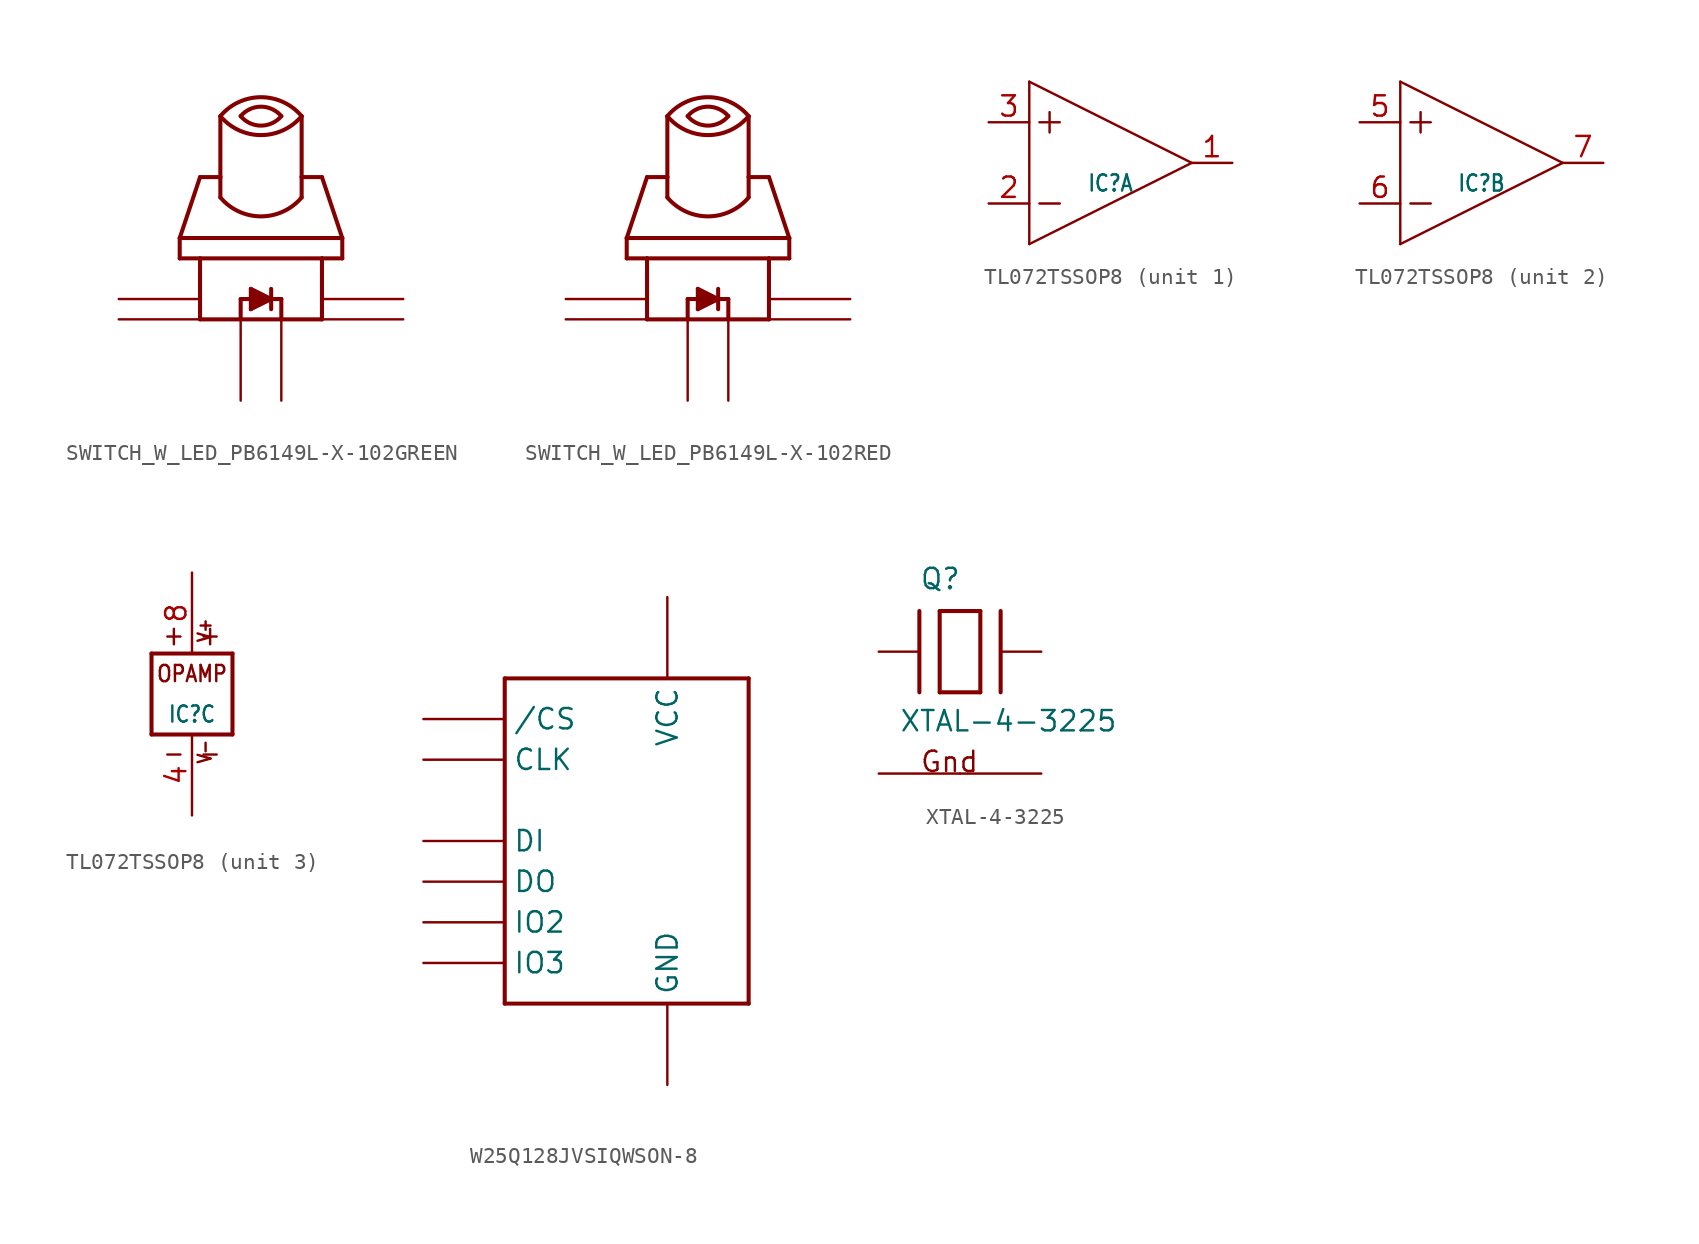
<source format=kicad_sym>
(kicad_symbol_lib
  (version 20211014)
  (generator kicad_symbol_editor)
  (symbol "SWITCH_W_LED_PB6149L-X-102GREEN"
    (property "Reference" "S"
      (at 0 0 0)
      (effects (font (size 1.27 1.27)) hide))
    (property "ki_locked" ""
      (at 0 0 0)
      (effects (font (size 1.27 1.27))))
    (symbol "SWITCH_W_LED_PB6149L-X-102GREEN_1_0"
      (arc (start -2.54 -2.54) (mid 0 -3.7244) (end 2.54 -2.54) (stroke (width 0.254) (type default) (color 0 0 0 0)) (fill (type none)))
      (arc (start -2.54 2.54) (mid 0 1.3556) (end 2.54 2.54) (stroke (width 0.254) (type default) (color 0 0 0 0)) (fill (type none)))
      (arc (start -1.27 2.54) (mid 0 1.9478) (end 1.27 2.54) (stroke (width 0.254) (type default) (color 0 0 0 0)) (fill (type none)))
      (polyline (pts (xy -5.08 -6.35) (xy -3.81 -6.35)) (stroke (width 0.254) (type default) (color 0 0 0 0)) (fill (type none)))
      (polyline (pts (xy -5.08 -5.08) (xy -5.08 -6.35)) (stroke (width 0.254) (type default) (color 0 0 0 0)) (fill (type none)))
      (polyline (pts (xy -5.08 -5.08) (xy 5.08 -5.08)) (stroke (width 0.254) (type default) (color 0 0 0 0)) (fill (type none)))
      (polyline (pts (xy -3.81 -10.16) (xy -1.27 -10.16)) (stroke (width 0.254) (type default) (color 0 0 0 0)) (fill (type none)))
      (polyline (pts (xy -3.81 -6.35) (xy -3.81 -10.16)) (stroke (width 0.254) (type default) (color 0 0 0 0)) (fill (type none)))
      (polyline (pts (xy -3.81 -6.35) (xy 3.81 -6.35)) (stroke (width 0.254) (type default) (color 0 0 0 0)) (fill (type none)))
      (polyline (pts (xy -3.81 -1.27) (xy -5.08 -5.08)) (stroke (width 0.254) (type default) (color 0 0 0 0)) (fill (type none)))
      (polyline (pts (xy -2.54 -1.27) (xy -3.81 -1.27)) (stroke (width 0.254) (type default) (color 0 0 0 0)) (fill (type none)))
      (polyline (pts (xy -2.54 -1.27) (xy -2.54 -2.54)) (stroke (width 0.254) (type default) (color 0 0 0 0)) (fill (type none)))
      (polyline (pts (xy -2.54 2.54) (xy -2.54 -1.27)) (stroke (width 0.254) (type default) (color 0 0 0 0)) (fill (type none)))
      (polyline (pts (xy -1.27 -10.16) (xy -1.27 -8.89)) (stroke (width 0.254) (type default) (color 0 0 0 0)) (fill (type none)))
      (polyline (pts (xy -1.27 -10.16) (xy 1.27 -10.16)) (stroke (width 0.254) (type default) (color 0 0 0 0)) (fill (type none)))
      (polyline (pts (xy -1.27 -8.89) (xy 0.635 -8.89)) (stroke (width 0.254) (type default) (color 0 0 0 0)) (fill (type none)))
      (polyline (pts (xy -0.635 -9.525) (xy 0.635 -8.89)) (stroke (width 0.254) (type default) (color 0 0 0 0)) (fill (type none)))
      (polyline (pts (xy -0.635 -8.255) (xy -0.635 -9.525)) (stroke (width 0.254) (type default) (color 0 0 0 0)) (fill (type none)))
      (polyline (pts (xy 0.635 -8.89) (xy -0.635 -8.255)) (stroke (width 0.254) (type default) (color 0 0 0 0)) (fill (type none)))
      (polyline (pts (xy 0.635 -8.89) (xy 0.635 -9.525)) (stroke (width 0.254) (type default) (color 0 0 0 0)) (fill (type none)))
      (polyline (pts (xy 0.635 -8.89) (xy 1.27 -8.89)) (stroke (width 0.254) (type default) (color 0 0 0 0)) (fill (type none)))
      (polyline (pts (xy 0.635 -8.255) (xy 0.635 -8.89)) (stroke (width 0.254) (type default) (color 0 0 0 0)) (fill (type none)))
      (polyline (pts (xy 1.27 -10.16) (xy 3.81 -10.16)) (stroke (width 0.254) (type default) (color 0 0 0 0)) (fill (type none)))
      (polyline (pts (xy 1.27 -8.89) (xy 1.27 -10.16)) (stroke (width 0.254) (type default) (color 0 0 0 0)) (fill (type none)))
      (polyline (pts (xy 2.54 -1.27) (xy 2.54 -2.54)) (stroke (width 0.254) (type default) (color 0 0 0 0)) (fill (type none)))
      (polyline (pts (xy 2.54 2.54) (xy 2.54 -1.27)) (stroke (width 0.254) (type default) (color 0 0 0 0)) (fill (type none)))
      (polyline (pts (xy 3.81 -10.16) (xy 3.81 -6.35)) (stroke (width 0.254) (type default) (color 0 0 0 0)) (fill (type none)))
      (polyline (pts (xy 3.81 -6.35) (xy 5.08 -6.35)) (stroke (width 0.254) (type default) (color 0 0 0 0)) (fill (type none)))
      (polyline (pts (xy 3.81 -1.27) (xy 2.54 -1.27)) (stroke (width 0.254) (type default) (color 0 0 0 0)) (fill (type none)))
      (polyline (pts (xy 5.08 -6.35) (xy 5.08 -5.08)) (stroke (width 0.254) (type default) (color 0 0 0 0)) (fill (type none)))
      (polyline (pts (xy 5.08 -5.08) (xy 3.81 -1.27)) (stroke (width 0.254) (type default) (color 0 0 0 0)) (fill (type none)))
      (polyline (pts (xy -0.635 -8.255) (xy 0.635 -8.89) (xy -0.635 -9.525)) (stroke (width 0) (type default) (color 0 0 0 0)) (fill (type outline)))
      (arc (start 1.27 2.54) (mid 0 3.1322) (end -1.27 2.54) (stroke (width 0.254) (type default) (color 0 0 0 0)) (fill (type none)))
      (arc (start 2.54 2.54) (mid 0 3.7244) (end -2.54 2.54) (stroke (width 0.254) (type default) (color 0 0 0 0)) (fill (type none)))
      (pin bidirectional line (at -8.89 -8.89 0) (length 5.08) (name "1" (effects (font (size 0 0)))) (number "1" (effects (font (size 0 0)))))
      (pin bidirectional line (at -8.89 -10.16 0) (length 5.08) (name "2" (effects (font (size 0 0)))) (number "2" (effects (font (size 0 0)))))
      (pin bidirectional line (at 8.89 -8.89 180) (length 5.08) (name "3" (effects (font (size 0 0)))) (number "3" (effects (font (size 0 0)))))
      (pin bidirectional line (at 8.89 -10.16 180) (length 5.08) (name "4" (effects (font (size 0 0)))) (number "4" (effects (font (size 0 0)))))
      (pin bidirectional line (at 1.27 -15.24 90) (length 5.08) (name "NEG" (effects (font (size 0 0)))) (number "LEDNEG" (effects (font (size 0 0)))))
      (pin bidirectional line (at -1.27 -15.24 90) (length 5.08) (name "POS" (effects (font (size 0 0)))) (number "LEDPOS" (effects (font (size 0 0)))))))
  (symbol "SWITCH_W_LED_PB6149L-X-102RED"
    (property "Reference" "S"
      (at 0 0 0)
      (effects (font (size 1.27 1.27)) hide))
    (property "ki_locked" ""
      (at 0 0 0)
      (effects (font (size 1.27 1.27))))
    (symbol "SWITCH_W_LED_PB6149L-X-102RED_1_0"
      (arc (start -2.54 -2.54) (mid 0 -3.7244) (end 2.54 -2.54) (stroke (width 0.254) (type default) (color 0 0 0 0)) (fill (type none)))
      (arc (start -2.54 2.54) (mid 0 1.3556) (end 2.54 2.54) (stroke (width 0.254) (type default) (color 0 0 0 0)) (fill (type none)))
      (arc (start -1.27 2.54) (mid 0 1.9478) (end 1.27 2.54) (stroke (width 0.254) (type default) (color 0 0 0 0)) (fill (type none)))
      (polyline (pts (xy -5.08 -6.35) (xy -3.81 -6.35)) (stroke (width 0.254) (type default) (color 0 0 0 0)) (fill (type none)))
      (polyline (pts (xy -5.08 -5.08) (xy -5.08 -6.35)) (stroke (width 0.254) (type default) (color 0 0 0 0)) (fill (type none)))
      (polyline (pts (xy -5.08 -5.08) (xy 5.08 -5.08)) (stroke (width 0.254) (type default) (color 0 0 0 0)) (fill (type none)))
      (polyline (pts (xy -3.81 -10.16) (xy -1.27 -10.16)) (stroke (width 0.254) (type default) (color 0 0 0 0)) (fill (type none)))
      (polyline (pts (xy -3.81 -6.35) (xy -3.81 -10.16)) (stroke (width 0.254) (type default) (color 0 0 0 0)) (fill (type none)))
      (polyline (pts (xy -3.81 -6.35) (xy 3.81 -6.35)) (stroke (width 0.254) (type default) (color 0 0 0 0)) (fill (type none)))
      (polyline (pts (xy -3.81 -1.27) (xy -5.08 -5.08)) (stroke (width 0.254) (type default) (color 0 0 0 0)) (fill (type none)))
      (polyline (pts (xy -2.54 -1.27) (xy -3.81 -1.27)) (stroke (width 0.254) (type default) (color 0 0 0 0)) (fill (type none)))
      (polyline (pts (xy -2.54 -1.27) (xy -2.54 -2.54)) (stroke (width 0.254) (type default) (color 0 0 0 0)) (fill (type none)))
      (polyline (pts (xy -2.54 2.54) (xy -2.54 -1.27)) (stroke (width 0.254) (type default) (color 0 0 0 0)) (fill (type none)))
      (polyline (pts (xy -1.27 -10.16) (xy -1.27 -8.89)) (stroke (width 0.254) (type default) (color 0 0 0 0)) (fill (type none)))
      (polyline (pts (xy -1.27 -10.16) (xy 1.27 -10.16)) (stroke (width 0.254) (type default) (color 0 0 0 0)) (fill (type none)))
      (polyline (pts (xy -1.27 -8.89) (xy 0.635 -8.89)) (stroke (width 0.254) (type default) (color 0 0 0 0)) (fill (type none)))
      (polyline (pts (xy -0.635 -9.525) (xy 0.635 -8.89)) (stroke (width 0.254) (type default) (color 0 0 0 0)) (fill (type none)))
      (polyline (pts (xy -0.635 -8.255) (xy -0.635 -9.525)) (stroke (width 0.254) (type default) (color 0 0 0 0)) (fill (type none)))
      (polyline (pts (xy 0.635 -8.89) (xy -0.635 -8.255)) (stroke (width 0.254) (type default) (color 0 0 0 0)) (fill (type none)))
      (polyline (pts (xy 0.635 -8.89) (xy 0.635 -9.525)) (stroke (width 0.254) (type default) (color 0 0 0 0)) (fill (type none)))
      (polyline (pts (xy 0.635 -8.89) (xy 1.27 -8.89)) (stroke (width 0.254) (type default) (color 0 0 0 0)) (fill (type none)))
      (polyline (pts (xy 0.635 -8.255) (xy 0.635 -8.89)) (stroke (width 0.254) (type default) (color 0 0 0 0)) (fill (type none)))
      (polyline (pts (xy 1.27 -10.16) (xy 3.81 -10.16)) (stroke (width 0.254) (type default) (color 0 0 0 0)) (fill (type none)))
      (polyline (pts (xy 1.27 -8.89) (xy 1.27 -10.16)) (stroke (width 0.254) (type default) (color 0 0 0 0)) (fill (type none)))
      (polyline (pts (xy 2.54 -1.27) (xy 2.54 -2.54)) (stroke (width 0.254) (type default) (color 0 0 0 0)) (fill (type none)))
      (polyline (pts (xy 2.54 2.54) (xy 2.54 -1.27)) (stroke (width 0.254) (type default) (color 0 0 0 0)) (fill (type none)))
      (polyline (pts (xy 3.81 -10.16) (xy 3.81 -6.35)) (stroke (width 0.254) (type default) (color 0 0 0 0)) (fill (type none)))
      (polyline (pts (xy 3.81 -6.35) (xy 5.08 -6.35)) (stroke (width 0.254) (type default) (color 0 0 0 0)) (fill (type none)))
      (polyline (pts (xy 3.81 -1.27) (xy 2.54 -1.27)) (stroke (width 0.254) (type default) (color 0 0 0 0)) (fill (type none)))
      (polyline (pts (xy 5.08 -6.35) (xy 5.08 -5.08)) (stroke (width 0.254) (type default) (color 0 0 0 0)) (fill (type none)))
      (polyline (pts (xy 5.08 -5.08) (xy 3.81 -1.27)) (stroke (width 0.254) (type default) (color 0 0 0 0)) (fill (type none)))
      (polyline (pts (xy -0.635 -8.255) (xy 0.635 -8.89) (xy -0.635 -9.525)) (stroke (width 0) (type default) (color 0 0 0 0)) (fill (type outline)))
      (arc (start 1.27 2.54) (mid 0 3.1322) (end -1.27 2.54) (stroke (width 0.254) (type default) (color 0 0 0 0)) (fill (type none)))
      (arc (start 2.54 2.54) (mid 0 3.7244) (end -2.54 2.54) (stroke (width 0.254) (type default) (color 0 0 0 0)) (fill (type none)))
      (pin bidirectional line (at -8.89 -8.89 0) (length 5.08) (name "1" (effects (font (size 0 0)))) (number "1" (effects (font (size 0 0)))))
      (pin bidirectional line (at -8.89 -10.16 0) (length 5.08) (name "2" (effects (font (size 0 0)))) (number "2" (effects (font (size 0 0)))))
      (pin bidirectional line (at 8.89 -8.89 180) (length 5.08) (name "3" (effects (font (size 0 0)))) (number "3" (effects (font (size 0 0)))))
      (pin bidirectional line (at 8.89 -10.16 180) (length 5.08) (name "4" (effects (font (size 0 0)))) (number "4" (effects (font (size 0 0)))))
      (pin bidirectional line (at 1.27 -15.24 90) (length 5.08) (name "NEG" (effects (font (size 0 0)))) (number "LEDNEG" (effects (font (size 0 0)))))
      (pin bidirectional line (at -1.27 -15.24 90) (length 5.08) (name "POS" (effects (font (size 0 0)))) (number "LEDPOS" (effects (font (size 0 0)))))))
  (symbol "TL072TSSOP8"
    (property "Reference" "IC"
      (at 0 -1.27 0)
      (effects (font (size 1.016 0.864))))
    (property "ki_locked" ""
      (at 0 0 0)
      (effects (font (size 1.27 1.27))))
    (symbol "TL072TSSOP8_1_0"
      (polyline (pts (xy -5.08 -5.08) (xy 5.08 0)) (stroke (width 0.152) (type default) (color 0 0 0 0)) (fill (type none)))
      (polyline (pts (xy -5.08 5.08) (xy -5.08 -5.08)) (stroke (width 0.152) (type default) (color 0 0 0 0)) (fill (type none)))
      (polyline (pts (xy -4.445 -2.54) (xy -3.175 -2.54)) (stroke (width 0.152) (type default) (color 0 0 0 0)) (fill (type none)))
      (polyline (pts (xy -4.445 2.54) (xy -3.175 2.54)) (stroke (width 0.152) (type default) (color 0 0 0 0)) (fill (type none)))
      (polyline (pts (xy -3.81 3.175) (xy -3.81 1.905)) (stroke (width 0.152) (type default) (color 0 0 0 0)) (fill (type none)))
      (polyline (pts (xy 5.08 0) (xy -5.08 5.08)) (stroke (width 0.152) (type default) (color 0 0 0 0)) (fill (type none)))
      (pin output line (at 7.62 0 180) (length 2.54) (name "OUT" (effects (font (size 0 0)))) (number "1" (effects (font (size 1.27 1.27)))))
      (pin input line (at -7.62 -2.54 0) (length 2.54) (name "-IN" (effects (font (size 0 0)))) (number "2" (effects (font (size 1.27 1.27)))))
      (pin input line (at -7.62 2.54 0) (length 2.54) (name "+IN" (effects (font (size 0 0)))) (number "3" (effects (font (size 1.27 1.27))))))
    (symbol "TL072TSSOP8_2_0"
      (polyline (pts (xy -5.08 -5.08) (xy 5.08 0)) (stroke (width 0.152) (type default) (color 0 0 0 0)) (fill (type none)))
      (polyline (pts (xy -5.08 5.08) (xy -5.08 -5.08)) (stroke (width 0.152) (type default) (color 0 0 0 0)) (fill (type none)))
      (polyline (pts (xy -4.445 -2.54) (xy -3.175 -2.54)) (stroke (width 0.152) (type default) (color 0 0 0 0)) (fill (type none)))
      (polyline (pts (xy -4.445 2.54) (xy -3.175 2.54)) (stroke (width 0.152) (type default) (color 0 0 0 0)) (fill (type none)))
      (polyline (pts (xy -3.81 3.175) (xy -3.81 1.905)) (stroke (width 0.152) (type default) (color 0 0 0 0)) (fill (type none)))
      (polyline (pts (xy 5.08 0) (xy -5.08 5.08)) (stroke (width 0.152) (type default) (color 0 0 0 0)) (fill (type none)))
      (pin input line (at -7.62 2.54 0) (length 2.54) (name "+IN" (effects (font (size 0 0)))) (number "5" (effects (font (size 1.27 1.27)))))
      (pin input line (at -7.62 -2.54 0) (length 2.54) (name "-IN" (effects (font (size 0 0)))) (number "6" (effects (font (size 1.27 1.27)))))
      (pin output line (at 7.62 0 180) (length 2.54) (name "OUT" (effects (font (size 0 0)))) (number "7" (effects (font (size 1.27 1.27))))))
    (symbol "TL072TSSOP8_3_0"
      (polyline (pts (xy -2.54 -2.54) (xy -2.54 2.54)) (stroke (width 0.254) (type default) (color 0 0 0 0)) (fill (type none)))
      (polyline (pts (xy -2.54 2.54) (xy 2.54 2.54)) (stroke (width 0.254) (type default) (color 0 0 0 0)) (fill (type none)))
      (polyline (pts (xy 2.54 -2.54) (xy -2.54 -2.54)) (stroke (width 0.254) (type default) (color 0 0 0 0)) (fill (type none)))
      (polyline (pts (xy 2.54 2.54) (xy 2.54 -2.54)) (stroke (width 0.254) (type default) (color 0 0 0 0)) (fill (type none)))
      (text "+" (at -1.905 4.445 0) (effects (font (size 1.27 1.079)) (justify left top)))
      (text "+" (at 1.905 4.445 0) (effects (font (size 1.27 1.079)) (justify right top)))
      (text "-" (at -1.905 -4.445 0) (effects (font (size 1.27 1.079)) (justify left bottom)))
      (text "-" (at 1.905 -4.445 0) (effects (font (size 1.27 1.079)) (justify right bottom)))
      (text "OPAMP" (at 0 1.27 0) (effects (font (size 1.016 0.864))))
      (text "V+" (at 1.27 3.175 900) (effects (font (size 0.813 0.691)) (justify left bottom)))
      (text "V-" (at 1.27 -4.445 900) (effects (font (size 0.813 0.691)) (justify left bottom)))
      (pin power_in line (at 0 -7.62 90) (length 5.08) (name "V-" (effects (font (size 0 0)))) (number "4" (effects (font (size 1.27 1.27)))))
      (pin power_in line (at 0 7.62 270) (length 5.08) (name "V+" (effects (font (size 0 0)))) (number "8" (effects (font (size 1.27 1.27)))))))
  (symbol "W25Q128JVSIQWSON-8"
    (property "Reference" ""
      (at 0 0 0)
      (effects (font (size 1.27 1.27)) hide))
    (property "ki_locked" ""
      (at 0 0 0)
      (effects (font (size 1.27 1.27))))
    (symbol "W25Q128JVSIQWSON-8_1_0"
      (polyline (pts (xy -10.16 -10.16) (xy 5.08 -10.16)) (stroke (width 0.254) (type default) (color 0 0 0 0)) (fill (type none)))
      (polyline (pts (xy -10.16 10.16) (xy -10.16 -10.16)) (stroke (width 0.254) (type default) (color 0 0 0 0)) (fill (type none)))
      (polyline (pts (xy 5.08 -10.16) (xy 5.08 10.16)) (stroke (width 0.254) (type default) (color 0 0 0 0)) (fill (type none)))
      (polyline (pts (xy 5.08 10.16) (xy -10.16 10.16)) (stroke (width 0.254) (type default) (color 0 0 0 0)) (fill (type none)))
      (pin bidirectional line (at -15.24 7.62 0) (length 5.08) (name "/CS" (effects (font (size 1.27 1.27)))) (number "1" (effects (font (size 0 0)))))
      (pin bidirectional line (at -15.24 -2.54 0) (length 5.08) (name "DO" (effects (font (size 1.27 1.27)))) (number "2" (effects (font (size 0 0)))))
      (pin bidirectional line (at -15.24 -5.08 0) (length 5.08) (name "IO2" (effects (font (size 1.27 1.27)))) (number "3" (effects (font (size 0 0)))))
      (pin bidirectional line (at 0 -15.24 90) (length 5.08) (name "GND" (effects (font (size 1.27 1.27)))) (number "4" (effects (font (size 0 0)))))
      (pin bidirectional line (at -15.24 0 0) (length 5.08) (name "DI" (effects (font (size 1.27 1.27)))) (number "5" (effects (font (size 0 0)))))
      (pin bidirectional line (at -15.24 5.08 0) (length 5.08) (name "CLK" (effects (font (size 1.27 1.27)))) (number "6" (effects (font (size 0 0)))))
      (pin bidirectional line (at -15.24 -7.62 0) (length 5.08) (name "IO3" (effects (font (size 1.27 1.27)))) (number "7" (effects (font (size 0 0)))))
      (pin bidirectional line (at 0 15.24 270) (length 5.08) (name "VCC" (effects (font (size 1.27 1.27)))) (number "8" (effects (font (size 0 0)))))))
  (symbol "XTAL-4-3225"
    (property "Reference" "Q"
      (at -2.54 3.81 0)
      (effects (font (size 1.27 1.27)) (justify left bottom)))
    (property "Value" "XTAL-4-3225"
      (at -3.81 -5.08 0)
      (effects (font (size 1.27 1.27)) (justify left bottom)))
    (property "ki_locked" ""
      (at 0 0 0)
      (effects (font (size 1.27 1.27))))
    (symbol "XTAL-4-3225_1_0"
      (polyline (pts (xy -2.54 2.54) (xy -2.54 -2.54)) (stroke (width 0.254) (type default) (color 0 0 0 0)) (fill (type none)))
      (polyline (pts (xy -1.27 -2.54) (xy 1.27 -2.54)) (stroke (width 0.254) (type default) (color 0 0 0 0)) (fill (type none)))
      (polyline (pts (xy -1.27 2.54) (xy -1.27 -2.54)) (stroke (width 0.254) (type default) (color 0 0 0 0)) (fill (type none)))
      (polyline (pts (xy 1.27 -2.54) (xy 1.27 2.54)) (stroke (width 0.254) (type default) (color 0 0 0 0)) (fill (type none)))
      (polyline (pts (xy 1.27 2.54) (xy -1.27 2.54)) (stroke (width 0.254) (type default) (color 0 0 0 0)) (fill (type none)))
      (polyline (pts (xy 2.54 2.54) (xy 2.54 -2.54)) (stroke (width 0.254) (type default) (color 0 0 0 0)) (fill (type none)))
      (text "Gnd" (at -2.54 -7.62 0) (effects (font (size 1.27 1.27)) (justify left bottom)))
      (pin bidirectional line (at -5.08 0 0) (length 2.54) (name "X1" (effects (font (size 0 0)))) (number "1" (effects (font (size 0 0)))))
      (pin power_in line (at 5.08 -7.62 180) (length 5.08) (name "G2" (effects (font (size 0 0)))) (number "2" (effects (font (size 0 0)))))
      (pin bidirectional line (at 5.08 0 180) (length 2.54) (name "X2" (effects (font (size 0 0)))) (number "3" (effects (font (size 0 0)))))
      (pin power_in line (at -5.08 -7.62 0) (length 5.08) (name "G1" (effects (font (size 0 0)))) (number "4" (effects (font (size 0 0))))))))
</source>
